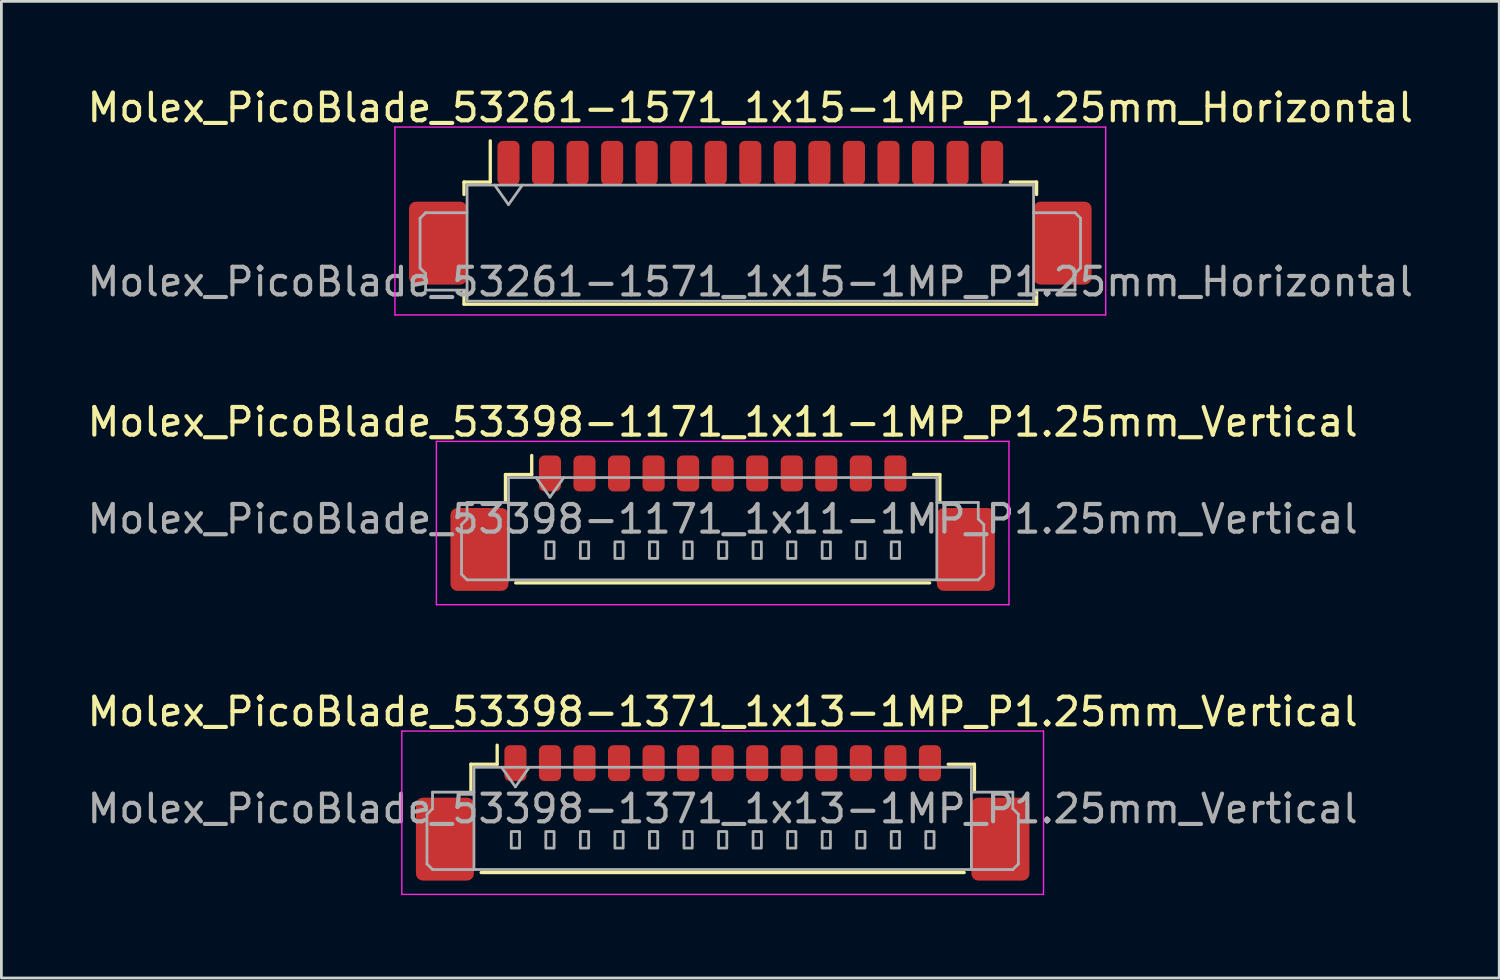
<source format=kicad_pcb>
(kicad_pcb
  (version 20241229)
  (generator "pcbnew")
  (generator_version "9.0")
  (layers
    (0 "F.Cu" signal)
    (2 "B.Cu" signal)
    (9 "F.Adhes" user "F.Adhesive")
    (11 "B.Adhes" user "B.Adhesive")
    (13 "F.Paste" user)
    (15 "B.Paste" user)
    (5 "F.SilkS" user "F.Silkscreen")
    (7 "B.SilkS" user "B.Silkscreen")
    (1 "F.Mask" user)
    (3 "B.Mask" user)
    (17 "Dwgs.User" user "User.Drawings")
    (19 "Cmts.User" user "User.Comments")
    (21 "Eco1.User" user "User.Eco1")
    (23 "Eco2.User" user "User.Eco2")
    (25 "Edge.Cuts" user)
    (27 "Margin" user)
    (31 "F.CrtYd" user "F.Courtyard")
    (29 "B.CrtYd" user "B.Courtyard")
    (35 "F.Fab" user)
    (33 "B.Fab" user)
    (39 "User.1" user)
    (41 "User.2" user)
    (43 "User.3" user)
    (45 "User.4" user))
  (footprint "Molex_PicoBlade_53398-1171_1x11-1MP_P1.25mm_Vertical"
    (layer "F.Cu")
    (at 23.101 15.332)
    (property "Reference" "Molex_PicoBlade_53398-1171_1x11-1MP_P1.25mm_Vertical" (at 0 -3.11 0) (layer "F.SilkS") (effects (font (size 1 1) (thickness 0.15))))
    (attr smd)
    (fp_line (start -7.86 -1.21) (end -6.91 -1.21) (stroke (width 0.12) (type solid)) (layer "F.SilkS"))
    (fp_line (start -7.86 -0.26) (end -7.86 -1.21) (stroke (width 0.12) (type solid)) (layer "F.SilkS"))
    (fp_line (start -7.49 2.71) (end 7.49 2.71) (stroke (width 0.12) (type solid)) (layer "F.SilkS"))
    (fp_line (start -6.91 -1.21) (end -6.91 -1.9) (stroke (width 0.12) (type solid)) (layer "F.SilkS"))
    (fp_line (start 7.86 -1.21) (end 6.91 -1.21) (stroke (width 0.12) (type solid)) (layer "F.SilkS"))
    (fp_line (start 7.86 -0.26) (end 7.86 -1.21) (stroke (width 0.12) (type solid)) (layer "F.SilkS"))
    (fp_line (start -10.36 -2.41) (end -10.36 3.5) (stroke (width 0.05) (type solid)) (layer "F.CrtYd"))
    (fp_line (start -10.36 3.5) (end 10.36 3.5) (stroke (width 0.05) (type solid)) (layer "F.CrtYd"))
    (fp_line (start 10.36 -2.41) (end -10.36 -2.41) (stroke (width 0.05) (type solid)) (layer "F.CrtYd"))
    (fp_line (start 10.36 3.5) (end 10.36 -2.41) (stroke (width 0.05) (type solid)) (layer "F.CrtYd"))
    (fp_line (start -9.45 0.6) (end -9.25 0.4) (stroke (width 0.1) (type solid)) (layer "F.Fab"))
    (fp_line (start -9.45 2.4) (end -9.45 0.6) (stroke (width 0.1) (type solid)) (layer "F.Fab"))
    (fp_line (start -9.25 -0.2) (end -7.75 -0.2) (stroke (width 0.1) (type solid)) (layer "F.Fab"))
    (fp_line (start -9.25 0.4) (end -9.25 -0.2) (stroke (width 0.1) (type solid)) (layer "F.Fab"))
    (fp_line (start -9.25 2.6) (end -9.45 2.4) (stroke (width 0.1) (type solid)) (layer "F.Fab"))
    (fp_line (start -7.75 -1.1) (end -7.75 2.6) (stroke (width 0.1) (type solid)) (layer "F.Fab"))
    (fp_line (start -7.75 -1.1) (end 7.75 -1.1) (stroke (width 0.1) (type solid)) (layer "F.Fab"))
    (fp_line (start -7.75 2.6) (end -9.25 2.6) (stroke (width 0.1) (type solid)) (layer "F.Fab"))
    (fp_line (start -7.75 2.6) (end 7.75 2.6) (stroke (width 0.1) (type solid)) (layer "F.Fab"))
    (fp_line (start -6.75 -1.1) (end -6.25 -0.393) (stroke (width 0.1) (type solid)) (layer "F.Fab"))
    (fp_line (start -6.25 -0.393) (end -5.75 -1.1) (stroke (width 0.1) (type solid)) (layer "F.Fab"))
    (fp_line (start 7.75 -1.1) (end 7.75 2.6) (stroke (width 0.1) (type solid)) (layer "F.Fab"))
    (fp_line (start 7.75 2.6) (end 9.25 2.6) (stroke (width 0.1) (type solid)) (layer "F.Fab"))
    (fp_line (start 9.25 -0.2) (end 7.75 -0.2) (stroke (width 0.1) (type solid)) (layer "F.Fab"))
    (fp_line (start 9.25 0.4) (end 9.25 -0.2) (stroke (width 0.1) (type solid)) (layer "F.Fab"))
    (fp_line (start 9.25 2.6) (end 9.45 2.4) (stroke (width 0.1) (type solid)) (layer "F.Fab"))
    (fp_line (start 9.45 0.6) (end 9.25 0.4) (stroke (width 0.1) (type solid)) (layer "F.Fab"))
    (fp_line (start 9.45 2.4) (end 9.45 0.6) (stroke (width 0.1) (type solid)) (layer "F.Fab"))
    (fp_rect (start -6.4 1.225) (end -6.1 1.825) (stroke (width 0.1) (type solid)) (fill no) (layer "F.Fab"))
    (fp_rect (start -5.15 1.225) (end -4.85 1.825) (stroke (width 0.1) (type solid)) (fill no) (layer "F.Fab"))
    (fp_rect (start -3.9 1.225) (end -3.6 1.825) (stroke (width 0.1) (type solid)) (fill no) (layer "F.Fab"))
    (fp_rect (start -2.65 1.225) (end -2.35 1.825) (stroke (width 0.1) (type solid)) (fill no) (layer "F.Fab"))
    (fp_rect (start -1.4 1.225) (end -1.1 1.825) (stroke (width 0.1) (type solid)) (fill no) (layer "F.Fab"))
    (fp_rect (start -0.15 1.225) (end 0.15 1.825) (stroke (width 0.1) (type solid)) (fill no) (layer "F.Fab"))
    (fp_rect (start 1.1 1.225) (end 1.4 1.825) (stroke (width 0.1) (type solid)) (fill no) (layer "F.Fab"))
    (fp_rect (start 2.35 1.225) (end 2.65 1.825) (stroke (width 0.1) (type solid)) (fill no) (layer "F.Fab"))
    (fp_rect (start 3.6 1.225) (end 3.9 1.825) (stroke (width 0.1) (type solid)) (fill no) (layer "F.Fab"))
    (fp_rect (start 4.85 1.225) (end 5.15 1.825) (stroke (width 0.1) (type solid)) (fill no) (layer "F.Fab"))
    (fp_rect (start 6.1 1.225) (end 6.4 1.825) (stroke (width 0.1) (type solid)) (fill no) (layer "F.Fab"))
    (fp_text user "${REFERENCE}" (at 0 0.4 0) (layer "F.Fab") (effects (font (size 1 1) (thickness 0.15))))
    (pad "1" smd roundrect (at -6.25 -1.25) (size 0.8 1.3) (layers "F.Cu" "F.Mask" "F.Paste") (roundrect_rratio 0.25))
    (pad "2" smd roundrect (at -5 -1.25) (size 0.8 1.3) (layers "F.Cu" "F.Mask" "F.Paste") (roundrect_rratio 0.25))
    (pad "3" smd roundrect (at -3.75 -1.25) (size 0.8 1.3) (layers "F.Cu" "F.Mask" "F.Paste") (roundrect_rratio 0.25))
    (pad "4" smd roundrect (at -2.5 -1.25) (size 0.8 1.3) (layers "F.Cu" "F.Mask" "F.Paste") (roundrect_rratio 0.25))
    (pad "5" smd roundrect (at -1.25 -1.25) (size 0.8 1.3) (layers "F.Cu" "F.Mask" "F.Paste") (roundrect_rratio 0.25))
    (pad "6" smd roundrect (at 0 -1.25) (size 0.8 1.3) (layers "F.Cu" "F.Mask" "F.Paste") (roundrect_rratio 0.25))
    (pad "7" smd roundrect (at 1.25 -1.25) (size 0.8 1.3) (layers "F.Cu" "F.Mask" "F.Paste") (roundrect_rratio 0.25))
    (pad "8" smd roundrect (at 2.5 -1.25) (size 0.8 1.3) (layers "F.Cu" "F.Mask" "F.Paste") (roundrect_rratio 0.25))
    (pad "9" smd roundrect (at 3.75 -1.25) (size 0.8 1.3) (layers "F.Cu" "F.Mask" "F.Paste") (roundrect_rratio 0.25))
    (pad "10" smd roundrect (at 5 -1.25) (size 0.8 1.3) (layers "F.Cu" "F.Mask" "F.Paste") (roundrect_rratio 0.25))
    (pad "11" smd roundrect (at 6.25 -1.25) (size 0.8 1.3) (layers "F.Cu" "F.Mask" "F.Paste") (roundrect_rratio 0.25))
    (pad "MP" smd roundrect (at -8.8 1.5) (size 2.1 3) (layers "F.Cu" "F.Mask" "F.Paste") (roundrect_rratio 0.119))
    (pad "MP" smd roundrect (at 8.8 1.5) (size 2.1 3) (layers "F.Cu" "F.Mask" "F.Paste") (roundrect_rratio 0.119)))
  (footprint "Molex_PicoBlade_53261-1571_1x15-1MP_P1.25mm_Horizontal"
    (layer "F.Cu")
    (at 24.101 5.248)
    (property "Reference" "Molex_PicoBlade_53261-1571_1x15-1MP_P1.25mm_Horizontal" (at 0 -4.4 0) (layer "F.SilkS") (effects (font (size 1 1) (thickness 0.15))))
    (attr smd)
    (fp_line (start -10.36 -1.71) (end -9.41 -1.71) (stroke (width 0.12) (type solid)) (layer "F.SilkS"))
    (fp_line (start -10.36 -1.26) (end -10.36 -1.71) (stroke (width 0.12) (type solid)) (layer "F.SilkS"))
    (fp_line (start -10.36 2.26) (end -10.36 2.71) (stroke (width 0.12) (type solid)) (layer "F.SilkS"))
    (fp_line (start -10.36 2.71) (end 10.36 2.71) (stroke (width 0.12) (type solid)) (layer "F.SilkS"))
    (fp_line (start -9.41 -1.71) (end -9.41 -3.2) (stroke (width 0.12) (type solid)) (layer "F.SilkS"))
    (fp_line (start 10.36 -1.71) (end 9.41 -1.71) (stroke (width 0.12) (type solid)) (layer "F.SilkS"))
    (fp_line (start 10.36 -1.26) (end 10.36 -1.71) (stroke (width 0.12) (type solid)) (layer "F.SilkS"))
    (fp_line (start 10.36 2.71) (end 10.36 2.26) (stroke (width 0.12) (type solid)) (layer "F.SilkS"))
    (fp_line (start -12.86 -3.7) (end -12.86 3.1) (stroke (width 0.05) (type solid)) (layer "F.CrtYd"))
    (fp_line (start -12.86 3.1) (end 12.86 3.1) (stroke (width 0.05) (type solid)) (layer "F.CrtYd"))
    (fp_line (start 12.86 -3.7) (end -12.86 -3.7) (stroke (width 0.05) (type solid)) (layer "F.CrtYd"))
    (fp_line (start 12.86 3.1) (end 12.86 -3.7) (stroke (width 0.05) (type solid)) (layer "F.CrtYd"))
    (fp_line (start -11.95 -0.4) (end -11.95 1.4) (stroke (width 0.1) (type solid)) (layer "F.Fab"))
    (fp_line (start -11.95 1.4) (end -11.75 1.6) (stroke (width 0.1) (type solid)) (layer "F.Fab"))
    (fp_line (start -11.75 -0.6) (end -11.95 -0.4) (stroke (width 0.1) (type solid)) (layer "F.Fab"))
    (fp_line (start -11.75 1.6) (end -11.75 2.2) (stroke (width 0.1) (type solid)) (layer "F.Fab"))
    (fp_line (start -11.75 2.2) (end -10.25 2.2) (stroke (width 0.1) (type solid)) (layer "F.Fab"))
    (fp_line (start -10.25 -1.6) (end -10.25 2.6) (stroke (width 0.1) (type solid)) (layer "F.Fab"))
    (fp_line (start -10.25 -1.6) (end 10.25 -1.6) (stroke (width 0.1) (type solid)) (layer "F.Fab"))
    (fp_line (start -10.25 -0.6) (end -11.75 -0.6) (stroke (width 0.1) (type solid)) (layer "F.Fab"))
    (fp_line (start -10.25 2.6) (end 10.25 2.6) (stroke (width 0.1) (type solid)) (layer "F.Fab"))
    (fp_line (start -9.25 -1.6) (end -8.75 -0.893) (stroke (width 0.1) (type solid)) (layer "F.Fab"))
    (fp_line (start -8.75 -0.893) (end -8.25 -1.6) (stroke (width 0.1) (type solid)) (layer "F.Fab"))
    (fp_line (start 10.25 -1.6) (end 10.25 2.6) (stroke (width 0.1) (type solid)) (layer "F.Fab"))
    (fp_line (start 10.25 -0.6) (end 11.75 -0.6) (stroke (width 0.1) (type solid)) (layer "F.Fab"))
    (fp_line (start 11.75 -0.6) (end 11.95 -0.4) (stroke (width 0.1) (type solid)) (layer "F.Fab"))
    (fp_line (start 11.75 1.6) (end 11.75 2.2) (stroke (width 0.1) (type solid)) (layer "F.Fab"))
    (fp_line (start 11.75 2.2) (end 10.25 2.2) (stroke (width 0.1) (type solid)) (layer "F.Fab"))
    (fp_line (start 11.95 -0.4) (end 11.95 1.4) (stroke (width 0.1) (type solid)) (layer "F.Fab"))
    (fp_line (start 11.95 1.4) (end 11.75 1.6) (stroke (width 0.1) (type solid)) (layer "F.Fab"))
    (fp_text user "${REFERENCE}" (at 0 1.9 0) (layer "F.Fab") (effects (font (size 1 1) (thickness 0.15))))
    (pad "1" smd roundrect (at -8.75 -2.4) (size 0.8 1.6) (layers "F.Cu" "F.Mask" "F.Paste") (roundrect_rratio 0.25))
    (pad "2" smd roundrect (at -7.5 -2.4) (size 0.8 1.6) (layers "F.Cu" "F.Mask" "F.Paste") (roundrect_rratio 0.25))
    (pad "3" smd roundrect (at -6.25 -2.4) (size 0.8 1.6) (layers "F.Cu" "F.Mask" "F.Paste") (roundrect_rratio 0.25))
    (pad "4" smd roundrect (at -5 -2.4) (size 0.8 1.6) (layers "F.Cu" "F.Mask" "F.Paste") (roundrect_rratio 0.25))
    (pad "5" smd roundrect (at -3.75 -2.4) (size 0.8 1.6) (layers "F.Cu" "F.Mask" "F.Paste") (roundrect_rratio 0.25))
    (pad "6" smd roundrect (at -2.5 -2.4) (size 0.8 1.6) (layers "F.Cu" "F.Mask" "F.Paste") (roundrect_rratio 0.25))
    (pad "7" smd roundrect (at -1.25 -2.4) (size 0.8 1.6) (layers "F.Cu" "F.Mask" "F.Paste") (roundrect_rratio 0.25))
    (pad "8" smd roundrect (at 0 -2.4) (size 0.8 1.6) (layers "F.Cu" "F.Mask" "F.Paste") (roundrect_rratio 0.25))
    (pad "9" smd roundrect (at 1.25 -2.4) (size 0.8 1.6) (layers "F.Cu" "F.Mask" "F.Paste") (roundrect_rratio 0.25))
    (pad "10" smd roundrect (at 2.5 -2.4) (size 0.8 1.6) (layers "F.Cu" "F.Mask" "F.Paste") (roundrect_rratio 0.25))
    (pad "11" smd roundrect (at 3.75 -2.4) (size 0.8 1.6) (layers "F.Cu" "F.Mask" "F.Paste") (roundrect_rratio 0.25))
    (pad "12" smd roundrect (at 5 -2.4) (size 0.8 1.6) (layers "F.Cu" "F.Mask" "F.Paste") (roundrect_rratio 0.25))
    (pad "13" smd roundrect (at 6.25 -2.4) (size 0.8 1.6) (layers "F.Cu" "F.Mask" "F.Paste") (roundrect_rratio 0.25))
    (pad "14" smd roundrect (at 7.5 -2.4) (size 0.8 1.6) (layers "F.Cu" "F.Mask" "F.Paste") (roundrect_rratio 0.25))
    (pad "15" smd roundrect (at 8.75 -2.4) (size 0.8 1.6) (layers "F.Cu" "F.Mask" "F.Paste") (roundrect_rratio 0.25))
    (pad "MP" smd roundrect (at -11.3 0.5) (size 2.1 3) (layers "F.Cu" "F.Mask" "F.Paste") (roundrect_rratio 0.119))
    (pad "MP" smd roundrect (at 11.3 0.5) (size 2.1 3) (layers "F.Cu" "F.Mask" "F.Paste") (roundrect_rratio 0.119)))
  (footprint "Molex_PicoBlade_53398-1371_1x13-1MP_P1.25mm_Vertical"
    (layer "F.Cu")
    (at 23.101 25.815)
    (property "Reference" "Molex_PicoBlade_53398-1371_1x13-1MP_P1.25mm_Vertical" (at 0 -3.11 0) (layer "F.SilkS") (effects (font (size 1 1) (thickness 0.15))))
    (attr smd)
    (fp_line (start -9.11 -1.21) (end -8.16 -1.21) (stroke (width 0.12) (type solid)) (layer "F.SilkS"))
    (fp_line (start -9.11 -0.26) (end -9.11 -1.21) (stroke (width 0.12) (type solid)) (layer "F.SilkS"))
    (fp_line (start -8.74 2.71) (end 8.74 2.71) (stroke (width 0.12) (type solid)) (layer "F.SilkS"))
    (fp_line (start -8.16 -1.21) (end -8.16 -1.9) (stroke (width 0.12) (type solid)) (layer "F.SilkS"))
    (fp_line (start 9.11 -1.21) (end 8.16 -1.21) (stroke (width 0.12) (type solid)) (layer "F.SilkS"))
    (fp_line (start 9.11 -0.26) (end 9.11 -1.21) (stroke (width 0.12) (type solid)) (layer "F.SilkS"))
    (fp_line (start -11.61 -2.41) (end -11.61 3.5) (stroke (width 0.05) (type solid)) (layer "F.CrtYd"))
    (fp_line (start -11.61 3.5) (end 11.61 3.5) (stroke (width 0.05) (type solid)) (layer "F.CrtYd"))
    (fp_line (start 11.61 -2.41) (end -11.61 -2.41) (stroke (width 0.05) (type solid)) (layer "F.CrtYd"))
    (fp_line (start 11.61 3.5) (end 11.61 -2.41) (stroke (width 0.05) (type solid)) (layer "F.CrtYd"))
    (fp_line (start -10.7 0.6) (end -10.5 0.4) (stroke (width 0.1) (type solid)) (layer "F.Fab"))
    (fp_line (start -10.7 2.4) (end -10.7 0.6) (stroke (width 0.1) (type solid)) (layer "F.Fab"))
    (fp_line (start -10.5 -0.2) (end -9 -0.2) (stroke (width 0.1) (type solid)) (layer "F.Fab"))
    (fp_line (start -10.5 0.4) (end -10.5 -0.2) (stroke (width 0.1) (type solid)) (layer "F.Fab"))
    (fp_line (start -10.5 2.6) (end -10.7 2.4) (stroke (width 0.1) (type solid)) (layer "F.Fab"))
    (fp_line (start -9 -1.1) (end -9 2.6) (stroke (width 0.1) (type solid)) (layer "F.Fab"))
    (fp_line (start -9 -1.1) (end 9 -1.1) (stroke (width 0.1) (type solid)) (layer "F.Fab"))
    (fp_line (start -9 2.6) (end -10.5 2.6) (stroke (width 0.1) (type solid)) (layer "F.Fab"))
    (fp_line (start -9 2.6) (end 9 2.6) (stroke (width 0.1) (type solid)) (layer "F.Fab"))
    (fp_line (start -8 -1.1) (end -7.5 -0.393) (stroke (width 0.1) (type solid)) (layer "F.Fab"))
    (fp_line (start -7.5 -0.393) (end -7 -1.1) (stroke (width 0.1) (type solid)) (layer "F.Fab"))
    (fp_line (start 9 -1.1) (end 9 2.6) (stroke (width 0.1) (type solid)) (layer "F.Fab"))
    (fp_line (start 9 2.6) (end 10.5 2.6) (stroke (width 0.1) (type solid)) (layer "F.Fab"))
    (fp_line (start 10.5 -0.2) (end 9 -0.2) (stroke (width 0.1) (type solid)) (layer "F.Fab"))
    (fp_line (start 10.5 0.4) (end 10.5 -0.2) (stroke (width 0.1) (type solid)) (layer "F.Fab"))
    (fp_line (start 10.5 2.6) (end 10.7 2.4) (stroke (width 0.1) (type solid)) (layer "F.Fab"))
    (fp_line (start 10.7 0.6) (end 10.5 0.4) (stroke (width 0.1) (type solid)) (layer "F.Fab"))
    (fp_line (start 10.7 2.4) (end 10.7 0.6) (stroke (width 0.1) (type solid)) (layer "F.Fab"))
    (fp_rect (start -7.65 1.225) (end -7.35 1.825) (stroke (width 0.1) (type solid)) (fill no) (layer "F.Fab"))
    (fp_rect (start -6.4 1.225) (end -6.1 1.825) (stroke (width 0.1) (type solid)) (fill no) (layer "F.Fab"))
    (fp_rect (start -5.15 1.225) (end -4.85 1.825) (stroke (width 0.1) (type solid)) (fill no) (layer "F.Fab"))
    (fp_rect (start -3.9 1.225) (end -3.6 1.825) (stroke (width 0.1) (type solid)) (fill no) (layer "F.Fab"))
    (fp_rect (start -2.65 1.225) (end -2.35 1.825) (stroke (width 0.1) (type solid)) (fill no) (layer "F.Fab"))
    (fp_rect (start -1.4 1.225) (end -1.1 1.825) (stroke (width 0.1) (type solid)) (fill no) (layer "F.Fab"))
    (fp_rect (start -0.15 1.225) (end 0.15 1.825) (stroke (width 0.1) (type solid)) (fill no) (layer "F.Fab"))
    (fp_rect (start 1.1 1.225) (end 1.4 1.825) (stroke (width 0.1) (type solid)) (fill no) (layer "F.Fab"))
    (fp_rect (start 2.35 1.225) (end 2.65 1.825) (stroke (width 0.1) (type solid)) (fill no) (layer "F.Fab"))
    (fp_rect (start 3.6 1.225) (end 3.9 1.825) (stroke (width 0.1) (type solid)) (fill no) (layer "F.Fab"))
    (fp_rect (start 4.85 1.225) (end 5.15 1.825) (stroke (width 0.1) (type solid)) (fill no) (layer "F.Fab"))
    (fp_rect (start 6.1 1.225) (end 6.4 1.825) (stroke (width 0.1) (type solid)) (fill no) (layer "F.Fab"))
    (fp_rect (start 7.35 1.225) (end 7.65 1.825) (stroke (width 0.1) (type solid)) (fill no) (layer "F.Fab"))
    (fp_text user "${REFERENCE}" (at 0 0.4 0) (layer "F.Fab") (effects (font (size 1 1) (thickness 0.15))))
    (pad "1" smd roundrect (at -7.5 -1.25) (size 0.8 1.3) (layers "F.Cu" "F.Mask" "F.Paste") (roundrect_rratio 0.25))
    (pad "2" smd roundrect (at -6.25 -1.25) (size 0.8 1.3) (layers "F.Cu" "F.Mask" "F.Paste") (roundrect_rratio 0.25))
    (pad "3" smd roundrect (at -5 -1.25) (size 0.8 1.3) (layers "F.Cu" "F.Mask" "F.Paste") (roundrect_rratio 0.25))
    (pad "4" smd roundrect (at -3.75 -1.25) (size 0.8 1.3) (layers "F.Cu" "F.Mask" "F.Paste") (roundrect_rratio 0.25))
    (pad "5" smd roundrect (at -2.5 -1.25) (size 0.8 1.3) (layers "F.Cu" "F.Mask" "F.Paste") (roundrect_rratio 0.25))
    (pad "6" smd roundrect (at -1.25 -1.25) (size 0.8 1.3) (layers "F.Cu" "F.Mask" "F.Paste") (roundrect_rratio 0.25))
    (pad "7" smd roundrect (at 0 -1.25) (size 0.8 1.3) (layers "F.Cu" "F.Mask" "F.Paste") (roundrect_rratio 0.25))
    (pad "8" smd roundrect (at 1.25 -1.25) (size 0.8 1.3) (layers "F.Cu" "F.Mask" "F.Paste") (roundrect_rratio 0.25))
    (pad "9" smd roundrect (at 2.5 -1.25) (size 0.8 1.3) (layers "F.Cu" "F.Mask" "F.Paste") (roundrect_rratio 0.25))
    (pad "10" smd roundrect (at 3.75 -1.25) (size 0.8 1.3) (layers "F.Cu" "F.Mask" "F.Paste") (roundrect_rratio 0.25))
    (pad "11" smd roundrect (at 5 -1.25) (size 0.8 1.3) (layers "F.Cu" "F.Mask" "F.Paste") (roundrect_rratio 0.25))
    (pad "12" smd roundrect (at 6.25 -1.25) (size 0.8 1.3) (layers "F.Cu" "F.Mask" "F.Paste") (roundrect_rratio 0.25))
    (pad "13" smd roundrect (at 7.5 -1.25) (size 0.8 1.3) (layers "F.Cu" "F.Mask" "F.Paste") (roundrect_rratio 0.25))
    (pad "MP" smd roundrect (at -10.05 1.5) (size 2.1 3) (layers "F.Cu" "F.Mask" "F.Paste") (roundrect_rratio 0.119))
    (pad "MP" smd roundrect (at 10.05 1.5) (size 2.1 3) (layers "F.Cu" "F.Mask" "F.Paste") (roundrect_rratio 0.119)))
  (gr_rect
    (start -3 -3)
    (end 51.202 32.34)
    (stroke (width 0.1) (type default))
    (fill no)
    (layer "Edge.Cuts")))
</source>
